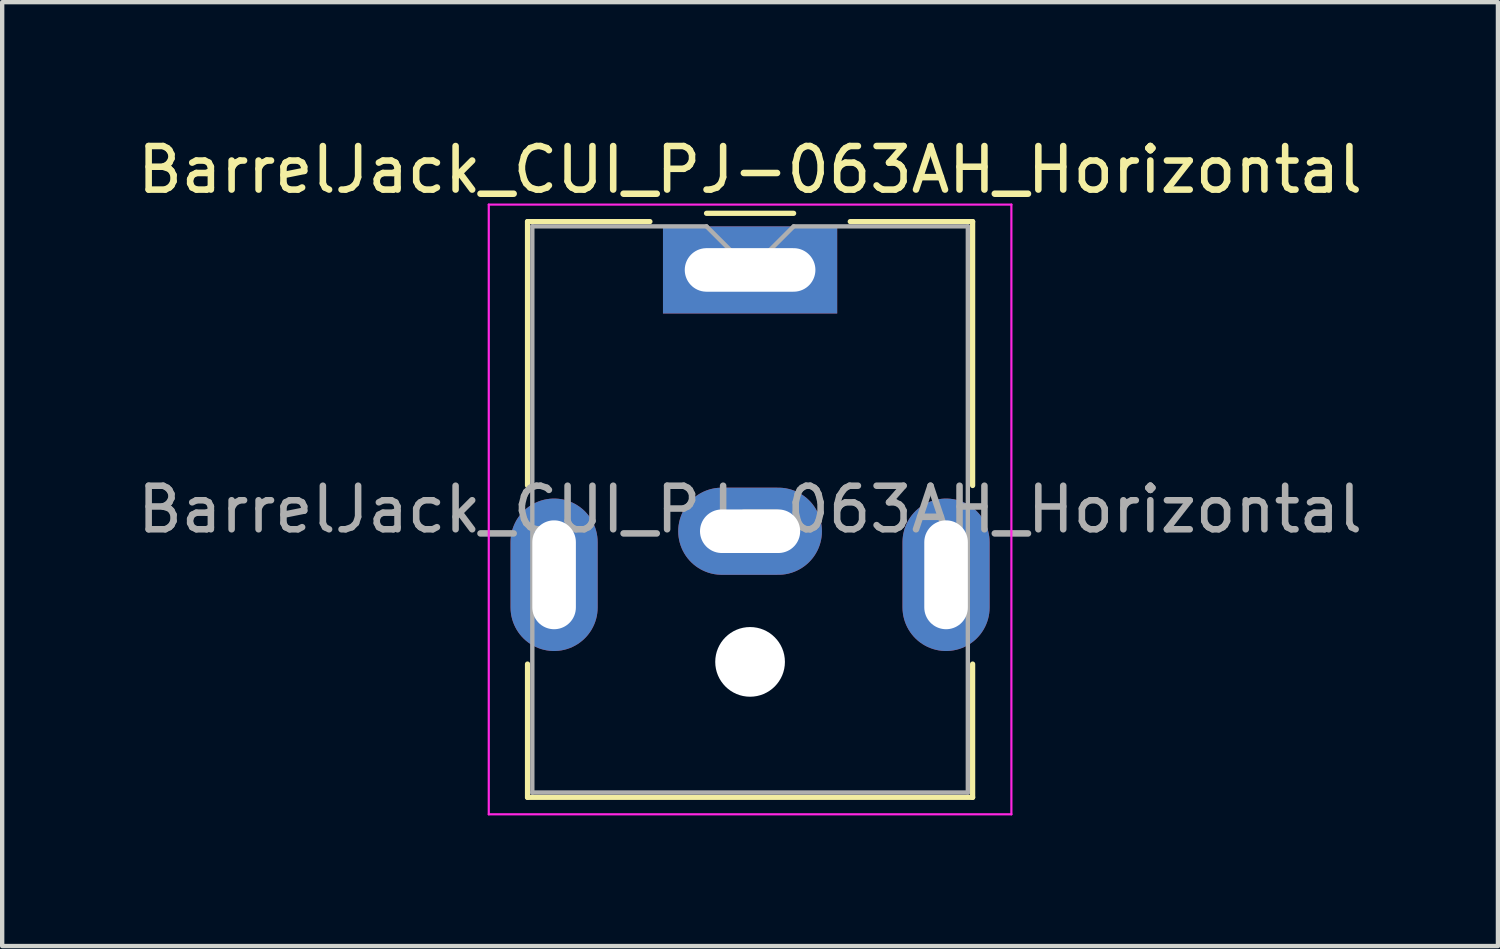
<source format=kicad_pcb>
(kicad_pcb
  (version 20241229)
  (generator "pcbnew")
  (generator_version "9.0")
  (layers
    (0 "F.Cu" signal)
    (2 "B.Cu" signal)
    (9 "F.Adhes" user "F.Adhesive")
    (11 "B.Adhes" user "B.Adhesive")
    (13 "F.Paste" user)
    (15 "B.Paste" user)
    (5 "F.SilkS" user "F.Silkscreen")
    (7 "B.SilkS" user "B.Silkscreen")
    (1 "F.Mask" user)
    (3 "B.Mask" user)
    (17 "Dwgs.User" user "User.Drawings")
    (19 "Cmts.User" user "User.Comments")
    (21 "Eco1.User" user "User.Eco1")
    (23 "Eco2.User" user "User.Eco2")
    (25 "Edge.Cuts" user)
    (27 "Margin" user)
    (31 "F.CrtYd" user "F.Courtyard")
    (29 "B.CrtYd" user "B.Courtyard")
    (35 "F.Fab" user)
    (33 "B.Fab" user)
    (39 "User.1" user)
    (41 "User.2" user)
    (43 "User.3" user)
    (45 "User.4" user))
  (footprint "BarrelJack_CUI_PJ-063AH_Horizontal"
    (layer "F.Cu")
    (at 14.173 3.148)
    (property "Reference" "BarrelJack_CUI_PJ-063AH_Horizontal" (at 0 -2.3 0) (layer "F.SilkS") (effects (font (size 1 1) (thickness 0.15))))
    (attr through_hole)
    (fp_line (start -5.11 -1.11) (end -2.3 -1.11) (stroke (width 0.12) (type solid)) (layer "F.SilkS"))
    (fp_line (start -5.11 4.95) (end -5.11 -1.11) (stroke (width 0.12) (type solid)) (layer "F.SilkS"))
    (fp_line (start -5.11 12.11) (end -5.11 9.05) (stroke (width 0.12) (type solid)) (layer "F.SilkS"))
    (fp_line (start -1 -1.3) (end 1 -1.3) (stroke (width 0.12) (type solid)) (layer "F.SilkS"))
    (fp_line (start 2.3 -1.11) (end 5.11 -1.11) (stroke (width 0.12) (type solid)) (layer "F.SilkS"))
    (fp_line (start 5.11 -1.11) (end 5.11 4.95) (stroke (width 0.12) (type solid)) (layer "F.SilkS"))
    (fp_line (start 5.11 9.05) (end 5.11 12.11) (stroke (width 0.12) (type solid)) (layer "F.SilkS"))
    (fp_line (start 5.11 12.11) (end -5.11 12.11) (stroke (width 0.12) (type solid)) (layer "F.SilkS"))
    (fp_line (start -6 -1.5) (end -6 12.5) (stroke (width 0.05) (type solid)) (layer "F.CrtYd"))
    (fp_line (start -6 12.5) (end 6 12.5) (stroke (width 0.05) (type solid)) (layer "F.CrtYd"))
    (fp_line (start 6 -1.5) (end -6 -1.5) (stroke (width 0.05) (type solid)) (layer "F.CrtYd"))
    (fp_line (start 6 12.5) (end 6 -1.5) (stroke (width 0.05) (type solid)) (layer "F.CrtYd"))
    (fp_line (start -5 -1) (end -1 -1) (stroke (width 0.1) (type solid)) (layer "F.Fab"))
    (fp_line (start -5 12) (end -5 -1) (stroke (width 0.1) (type solid)) (layer "F.Fab"))
    (fp_line (start -1 -1) (end 0 0) (stroke (width 0.1) (type solid)) (layer "F.Fab"))
    (fp_line (start 0 0) (end 1 -1) (stroke (width 0.1) (type solid)) (layer "F.Fab"))
    (fp_line (start 1 -1) (end 5 -1) (stroke (width 0.1) (type solid)) (layer "F.Fab"))
    (fp_line (start 5 -1) (end 5 12) (stroke (width 0.1) (type solid)) (layer "F.Fab"))
    (fp_line (start 5 12) (end -5 12) (stroke (width 0.1) (type solid)) (layer "F.Fab"))
    (fp_text user "${REFERENCE}" (at 0 5.5 0) (layer "F.Fab") (effects (font (size 1 1) (thickness 0.15))))
    (pad "" np_thru_hole oval (at -4.5 7) (size 2 3.5) (drill oval 1 2.5) (layers "*.Cu" "*.Mask"))
    (pad "" np_thru_hole circle (at 0 9) (size 1.6 1.6) (drill 1.6) (layers "*.Cu" "*.Mask"))
    (pad "" np_thru_hole oval (at 4.5 7) (size 2 3.5) (drill oval 1 2.5) (layers "*.Cu" "*.Mask"))
    (pad "1" thru_hole rect (at 0 0) (size 4 2) (drill oval 3 1) (layers "*.Cu" "*.Mask"))
    (pad "2" thru_hole oval (at 0 6) (size 3.3 2) (drill oval 2.3 1) (layers "*.Cu" "*.Mask")))
  (gr_rect
    (start -3 -3)
    (end 31.345 18.673)
    (stroke (width 0.1) (type default))
    (fill no)
    (layer "Edge.Cuts")))
</source>
